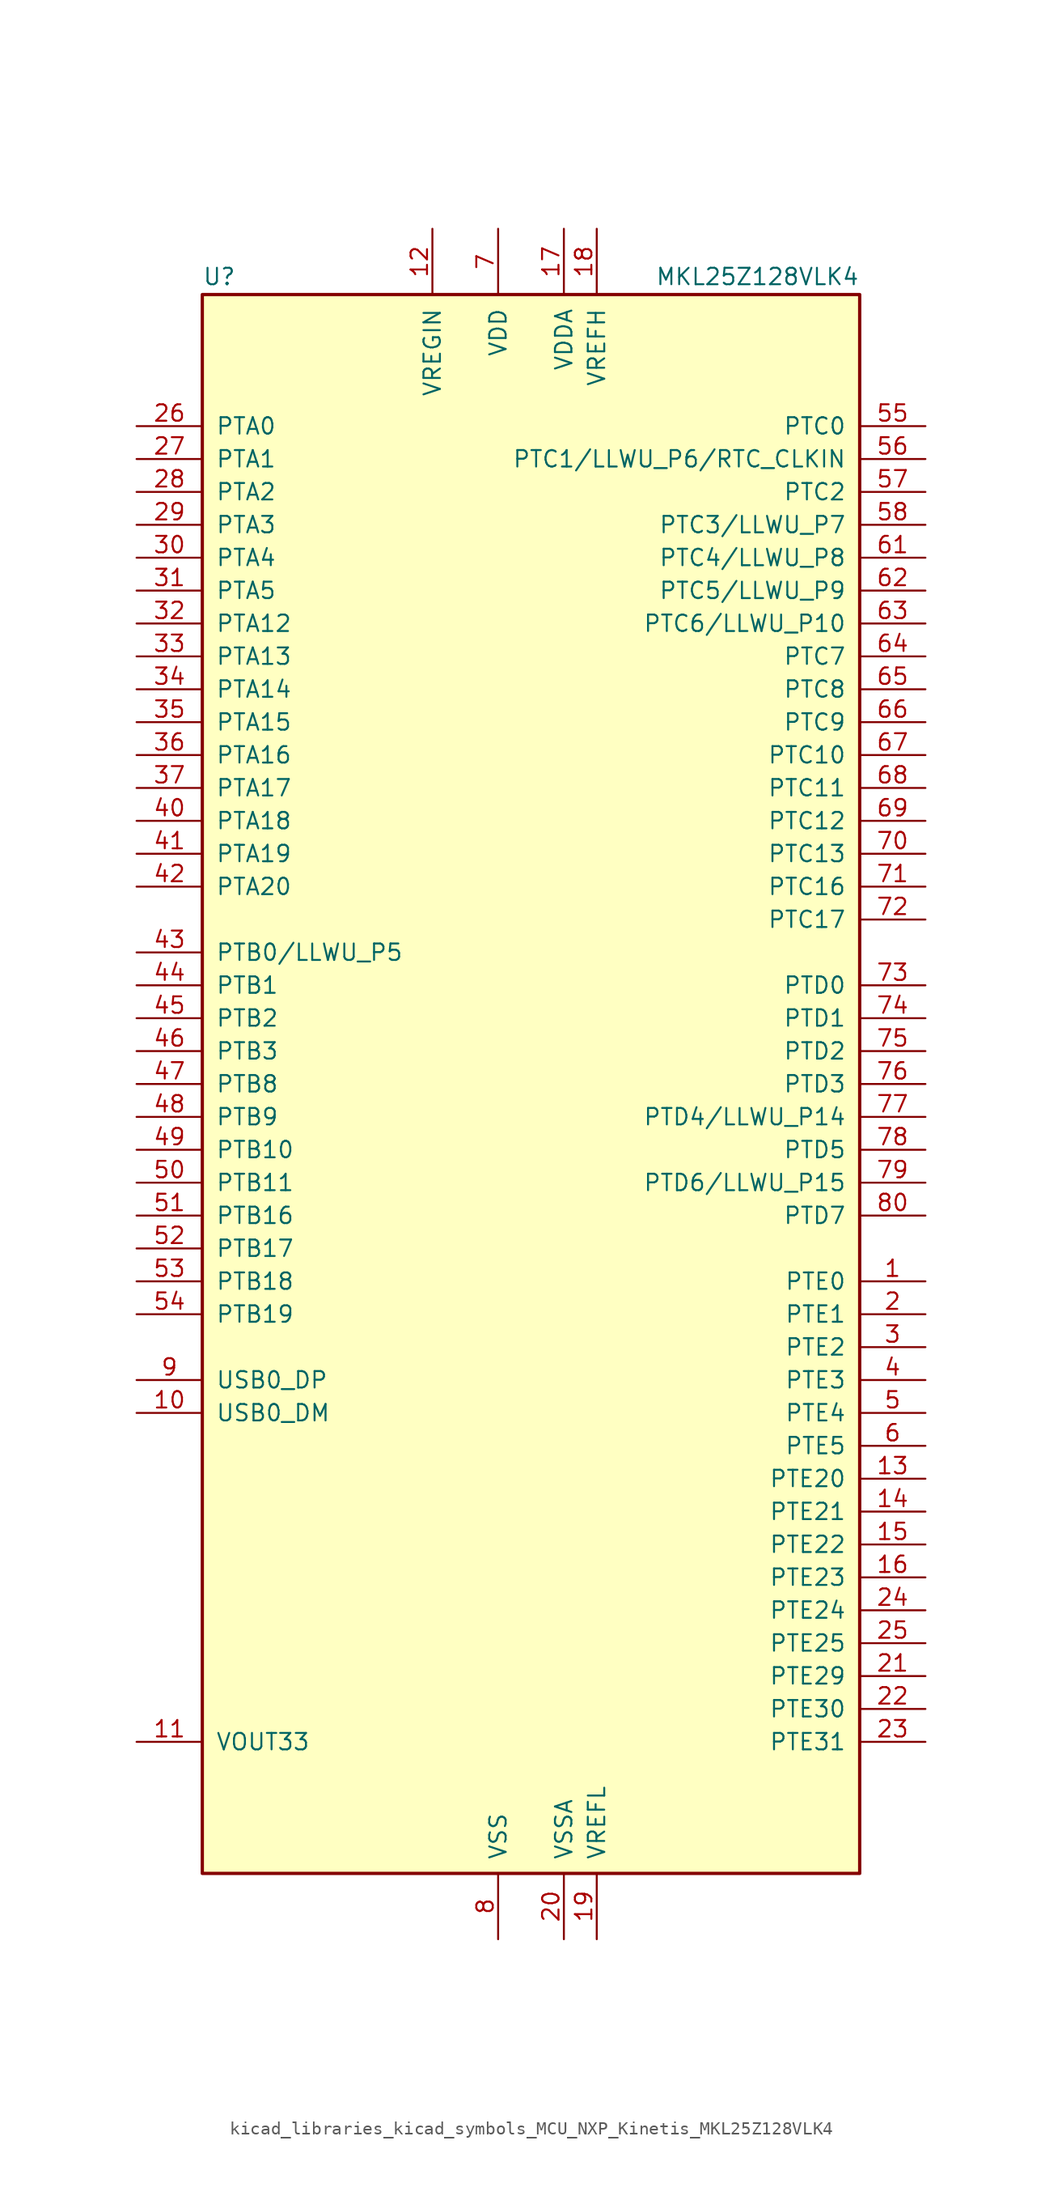
<source format=kicad_sym>
(kicad_symbol_lib
  (version 20220914)
  (generator kicad_symbol_editor)
  (symbol "kicad_libraries_kicad_symbols_MCU_NXP_Kinetis_MKL25Z128VLK4"
    (pin_names
      (offset 1.016))
    (property "Reference" "U"
      (at -25.4 61.595 0)
      (effects (font (size 1.27 1.27)) (justify left bottom)))
    (property "Value" "MKL25Z128VLK4"
      (at 25.4 61.595 0)
      (effects (font (size 1.27 1.27)) (justify right bottom)))
    (symbol "kicad_libraries_kicad_symbols_MCU_NXP_Kinetis_MKL25Z128VLK4_0_1"
      (rectangle (start -25.4 60.96) (end 25.4 -60.96) (stroke (width 0.254) (type default)) (fill (type background))))
    (symbol "kicad_libraries_kicad_symbols_MCU_NXP_Kinetis_MKL25Z128VLK4_1_1"
      (pin bidirectional line (at 30.48 -15.24 180) (length 5.08) (name "PTE0" (effects (font (size 1.27 1.27)))) (number "1" (effects (font (size 1.27 1.27)))))
      (pin bidirectional line (at -30.48 -25.4 0) (length 5.08) (name "USB0_DM" (effects (font (size 1.27 1.27)))) (number "10" (effects (font (size 1.27 1.27)))))
      (pin power_out line (at -30.48 -50.8 0) (length 5.08) (name "VOUT33" (effects (font (size 1.27 1.27)))) (number "11" (effects (font (size 1.27 1.27)))))
      (pin power_in line (at -7.62 66.04 270) (length 5.08) (name "VREGIN" (effects (font (size 1.27 1.27)))) (number "12" (effects (font (size 1.27 1.27)))))
      (pin bidirectional line (at 30.48 -30.48 180) (length 5.08) (name "PTE20" (effects (font (size 1.27 1.27)))) (number "13" (effects (font (size 1.27 1.27)))))
      (pin bidirectional line (at 30.48 -33.02 180) (length 5.08) (name "PTE21" (effects (font (size 1.27 1.27)))) (number "14" (effects (font (size 1.27 1.27)))))
      (pin bidirectional line (at 30.48 -35.56 180) (length 5.08) (name "PTE22" (effects (font (size 1.27 1.27)))) (number "15" (effects (font (size 1.27 1.27)))))
      (pin bidirectional line (at 30.48 -38.1 180) (length 5.08) (name "PTE23" (effects (font (size 1.27 1.27)))) (number "16" (effects (font (size 1.27 1.27)))))
      (pin power_in line (at 2.54 66.04 270) (length 5.08) (name "VDDA" (effects (font (size 1.27 1.27)))) (number "17" (effects (font (size 1.27 1.27)))))
      (pin power_in line (at 5.08 66.04 270) (length 5.08) (name "VREFH" (effects (font (size 1.27 1.27)))) (number "18" (effects (font (size 1.27 1.27)))))
      (pin power_in line (at 5.08 -66.04 90) (length 5.08) (name "VREFL" (effects (font (size 1.27 1.27)))) (number "19" (effects (font (size 1.27 1.27)))))
      (pin bidirectional line (at 30.48 -17.78 180) (length 5.08) (name "PTE1" (effects (font (size 1.27 1.27)))) (number "2" (effects (font (size 1.27 1.27)))))
      (pin power_in line (at 2.54 -66.04 90) (length 5.08) (name "VSSA" (effects (font (size 1.27 1.27)))) (number "20" (effects (font (size 1.27 1.27)))))
      (pin bidirectional line (at 30.48 -45.72 180) (length 5.08) (name "PTE29" (effects (font (size 1.27 1.27)))) (number "21" (effects (font (size 1.27 1.27)))))
      (pin bidirectional line (at 30.48 -48.26 180) (length 5.08) (name "PTE30" (effects (font (size 1.27 1.27)))) (number "22" (effects (font (size 1.27 1.27)))))
      (pin bidirectional line (at 30.48 -50.8 180) (length 5.08) (name "PTE31" (effects (font (size 1.27 1.27)))) (number "23" (effects (font (size 1.27 1.27)))))
      (pin bidirectional line (at 30.48 -40.64 180) (length 5.08) (name "PTE24" (effects (font (size 1.27 1.27)))) (number "24" (effects (font (size 1.27 1.27)))))
      (pin bidirectional line (at 30.48 -43.18 180) (length 5.08) (name "PTE25" (effects (font (size 1.27 1.27)))) (number "25" (effects (font (size 1.27 1.27)))))
      (pin bidirectional line (at -30.48 50.8 0) (length 5.08) (name "PTA0" (effects (font (size 1.27 1.27)))) (number "26" (effects (font (size 1.27 1.27)))))
      (pin bidirectional line (at -30.48 48.26 0) (length 5.08) (name "PTA1" (effects (font (size 1.27 1.27)))) (number "27" (effects (font (size 1.27 1.27)))))
      (pin bidirectional line (at -30.48 45.72 0) (length 5.08) (name "PTA2" (effects (font (size 1.27 1.27)))) (number "28" (effects (font (size 1.27 1.27)))))
      (pin bidirectional line (at -30.48 43.18 0) (length 5.08) (name "PTA3" (effects (font (size 1.27 1.27)))) (number "29" (effects (font (size 1.27 1.27)))))
      (pin bidirectional line (at 30.48 -20.32 180) (length 5.08) (name "PTE2" (effects (font (size 1.27 1.27)))) (number "3" (effects (font (size 1.27 1.27)))))
      (pin bidirectional line (at -30.48 40.64 0) (length 5.08) (name "PTA4" (effects (font (size 1.27 1.27)))) (number "30" (effects (font (size 1.27 1.27)))))
      (pin bidirectional line (at -30.48 38.1 0) (length 5.08) (name "PTA5" (effects (font (size 1.27 1.27)))) (number "31" (effects (font (size 1.27 1.27)))))
      (pin bidirectional line (at -30.48 35.56 0) (length 5.08) (name "PTA12" (effects (font (size 1.27 1.27)))) (number "32" (effects (font (size 1.27 1.27)))))
      (pin bidirectional line (at -30.48 33.02 0) (length 5.08) (name "PTA13" (effects (font (size 1.27 1.27)))) (number "33" (effects (font (size 1.27 1.27)))))
      (pin bidirectional line (at -30.48 30.48 0) (length 5.08) (name "PTA14" (effects (font (size 1.27 1.27)))) (number "34" (effects (font (size 1.27 1.27)))))
      (pin bidirectional line (at -30.48 27.94 0) (length 5.08) (name "PTA15" (effects (font (size 1.27 1.27)))) (number "35" (effects (font (size 1.27 1.27)))))
      (pin bidirectional line (at -30.48 25.4 0) (length 5.08) (name "PTA16" (effects (font (size 1.27 1.27)))) (number "36" (effects (font (size 1.27 1.27)))))
      (pin bidirectional line (at -30.48 22.86 0) (length 5.08) (name "PTA17" (effects (font (size 1.27 1.27)))) (number "37" (effects (font (size 1.27 1.27)))))
      (pin passive line (at -2.54 66.04 270) (length 5.08) hide (name "VDD" (effects (font (size 1.27 1.27)))) (number "38" (effects (font (size 1.27 1.27)))))
      (pin passive line (at -2.54 -66.04 90) (length 5.08) hide (name "VSS" (effects (font (size 1.27 1.27)))) (number "39" (effects (font (size 1.27 1.27)))))
      (pin bidirectional line (at 30.48 -22.86 180) (length 5.08) (name "PTE3" (effects (font (size 1.27 1.27)))) (number "4" (effects (font (size 1.27 1.27)))))
      (pin bidirectional line (at -30.48 20.32 0) (length 5.08) (name "PTA18" (effects (font (size 1.27 1.27)))) (number "40" (effects (font (size 1.27 1.27)))))
      (pin bidirectional line (at -30.48 17.78 0) (length 5.08) (name "PTA19" (effects (font (size 1.27 1.27)))) (number "41" (effects (font (size 1.27 1.27)))))
      (pin bidirectional line (at -30.48 15.24 0) (length 5.08) (name "PTA20" (effects (font (size 1.27 1.27)))) (number "42" (effects (font (size 1.27 1.27)))))
      (pin bidirectional line (at -30.48 10.16 0) (length 5.08) (name "PTB0/LLWU_P5" (effects (font (size 1.27 1.27)))) (number "43" (effects (font (size 1.27 1.27)))))
      (pin bidirectional line (at -30.48 7.62 0) (length 5.08) (name "PTB1" (effects (font (size 1.27 1.27)))) (number "44" (effects (font (size 1.27 1.27)))))
      (pin bidirectional line (at -30.48 5.08 0) (length 5.08) (name "PTB2" (effects (font (size 1.27 1.27)))) (number "45" (effects (font (size 1.27 1.27)))))
      (pin bidirectional line (at -30.48 2.54 0) (length 5.08) (name "PTB3" (effects (font (size 1.27 1.27)))) (number "46" (effects (font (size 1.27 1.27)))))
      (pin bidirectional line (at -30.48 0 0) (length 5.08) (name "PTB8" (effects (font (size 1.27 1.27)))) (number "47" (effects (font (size 1.27 1.27)))))
      (pin bidirectional line (at -30.48 -2.54 0) (length 5.08) (name "PTB9" (effects (font (size 1.27 1.27)))) (number "48" (effects (font (size 1.27 1.27)))))
      (pin bidirectional line (at -30.48 -5.08 0) (length 5.08) (name "PTB10" (effects (font (size 1.27 1.27)))) (number "49" (effects (font (size 1.27 1.27)))))
      (pin bidirectional line (at 30.48 -25.4 180) (length 5.08) (name "PTE4" (effects (font (size 1.27 1.27)))) (number "5" (effects (font (size 1.27 1.27)))))
      (pin bidirectional line (at -30.48 -7.62 0) (length 5.08) (name "PTB11" (effects (font (size 1.27 1.27)))) (number "50" (effects (font (size 1.27 1.27)))))
      (pin bidirectional line (at -30.48 -10.16 0) (length 5.08) (name "PTB16" (effects (font (size 1.27 1.27)))) (number "51" (effects (font (size 1.27 1.27)))))
      (pin bidirectional line (at -30.48 -12.7 0) (length 5.08) (name "PTB17" (effects (font (size 1.27 1.27)))) (number "52" (effects (font (size 1.27 1.27)))))
      (pin bidirectional line (at -30.48 -15.24 0) (length 5.08) (name "PTB18" (effects (font (size 1.27 1.27)))) (number "53" (effects (font (size 1.27 1.27)))))
      (pin bidirectional line (at -30.48 -17.78 0) (length 5.08) (name "PTB19" (effects (font (size 1.27 1.27)))) (number "54" (effects (font (size 1.27 1.27)))))
      (pin bidirectional line (at 30.48 50.8 180) (length 5.08) (name "PTC0" (effects (font (size 1.27 1.27)))) (number "55" (effects (font (size 1.27 1.27)))))
      (pin bidirectional line (at 30.48 48.26 180) (length 5.08) (name "PTC1/LLWU_P6/RTC_CLKIN" (effects (font (size 1.27 1.27)))) (number "56" (effects (font (size 1.27 1.27)))))
      (pin bidirectional line (at 30.48 45.72 180) (length 5.08) (name "PTC2" (effects (font (size 1.27 1.27)))) (number "57" (effects (font (size 1.27 1.27)))))
      (pin bidirectional line (at 30.48 43.18 180) (length 5.08) (name "PTC3/LLWU_P7" (effects (font (size 1.27 1.27)))) (number "58" (effects (font (size 1.27 1.27)))))
      (pin passive line (at -2.54 -66.04 90) (length 5.08) hide (name "VSS" (effects (font (size 1.27 1.27)))) (number "59" (effects (font (size 1.27 1.27)))))
      (pin bidirectional line (at 30.48 -27.94 180) (length 5.08) (name "PTE5" (effects (font (size 1.27 1.27)))) (number "6" (effects (font (size 1.27 1.27)))))
      (pin passive line (at -2.54 66.04 270) (length 5.08) hide (name "VDD" (effects (font (size 1.27 1.27)))) (number "60" (effects (font (size 1.27 1.27)))))
      (pin bidirectional line (at 30.48 40.64 180) (length 5.08) (name "PTC4/LLWU_P8" (effects (font (size 1.27 1.27)))) (number "61" (effects (font (size 1.27 1.27)))))
      (pin bidirectional line (at 30.48 38.1 180) (length 5.08) (name "PTC5/LLWU_P9" (effects (font (size 1.27 1.27)))) (number "62" (effects (font (size 1.27 1.27)))))
      (pin bidirectional line (at 30.48 35.56 180) (length 5.08) (name "PTC6/LLWU_P10" (effects (font (size 1.27 1.27)))) (number "63" (effects (font (size 1.27 1.27)))))
      (pin bidirectional line (at 30.48 33.02 180) (length 5.08) (name "PTC7" (effects (font (size 1.27 1.27)))) (number "64" (effects (font (size 1.27 1.27)))))
      (pin bidirectional line (at 30.48 30.48 180) (length 5.08) (name "PTC8" (effects (font (size 1.27 1.27)))) (number "65" (effects (font (size 1.27 1.27)))))
      (pin bidirectional line (at 30.48 27.94 180) (length 5.08) (name "PTC9" (effects (font (size 1.27 1.27)))) (number "66" (effects (font (size 1.27 1.27)))))
      (pin bidirectional line (at 30.48 25.4 180) (length 5.08) (name "PTC10" (effects (font (size 1.27 1.27)))) (number "67" (effects (font (size 1.27 1.27)))))
      (pin bidirectional line (at 30.48 22.86 180) (length 5.08) (name "PTC11" (effects (font (size 1.27 1.27)))) (number "68" (effects (font (size 1.27 1.27)))))
      (pin bidirectional line (at 30.48 20.32 180) (length 5.08) (name "PTC12" (effects (font (size 1.27 1.27)))) (number "69" (effects (font (size 1.27 1.27)))))
      (pin power_in line (at -2.54 66.04 270) (length 5.08) (name "VDD" (effects (font (size 1.27 1.27)))) (number "7" (effects (font (size 1.27 1.27)))))
      (pin bidirectional line (at 30.48 17.78 180) (length 5.08) (name "PTC13" (effects (font (size 1.27 1.27)))) (number "70" (effects (font (size 1.27 1.27)))))
      (pin bidirectional line (at 30.48 15.24 180) (length 5.08) (name "PTC16" (effects (font (size 1.27 1.27)))) (number "71" (effects (font (size 1.27 1.27)))))
      (pin bidirectional line (at 30.48 12.7 180) (length 5.08) (name "PTC17" (effects (font (size 1.27 1.27)))) (number "72" (effects (font (size 1.27 1.27)))))
      (pin bidirectional line (at 30.48 7.62 180) (length 5.08) (name "PTD0" (effects (font (size 1.27 1.27)))) (number "73" (effects (font (size 1.27 1.27)))))
      (pin bidirectional line (at 30.48 5.08 180) (length 5.08) (name "PTD1" (effects (font (size 1.27 1.27)))) (number "74" (effects (font (size 1.27 1.27)))))
      (pin bidirectional line (at 30.48 2.54 180) (length 5.08) (name "PTD2" (effects (font (size 1.27 1.27)))) (number "75" (effects (font (size 1.27 1.27)))))
      (pin bidirectional line (at 30.48 0 180) (length 5.08) (name "PTD3" (effects (font (size 1.27 1.27)))) (number "76" (effects (font (size 1.27 1.27)))))
      (pin bidirectional line (at 30.48 -2.54 180) (length 5.08) (name "PTD4/LLWU_P14" (effects (font (size 1.27 1.27)))) (number "77" (effects (font (size 1.27 1.27)))))
      (pin bidirectional line (at 30.48 -5.08 180) (length 5.08) (name "PTD5" (effects (font (size 1.27 1.27)))) (number "78" (effects (font (size 1.27 1.27)))))
      (pin bidirectional line (at 30.48 -7.62 180) (length 5.08) (name "PTD6/LLWU_P15" (effects (font (size 1.27 1.27)))) (number "79" (effects (font (size 1.27 1.27)))))
      (pin power_in line (at -2.54 -66.04 90) (length 5.08) (name "VSS" (effects (font (size 1.27 1.27)))) (number "8" (effects (font (size 1.27 1.27)))))
      (pin bidirectional line (at 30.48 -10.16 180) (length 5.08) (name "PTD7" (effects (font (size 1.27 1.27)))) (number "80" (effects (font (size 1.27 1.27)))))
      (pin bidirectional line (at -30.48 -22.86 0) (length 5.08) (name "USB0_DP" (effects (font (size 1.27 1.27)))) (number "9" (effects (font (size 1.27 1.27))))))))
</source>
